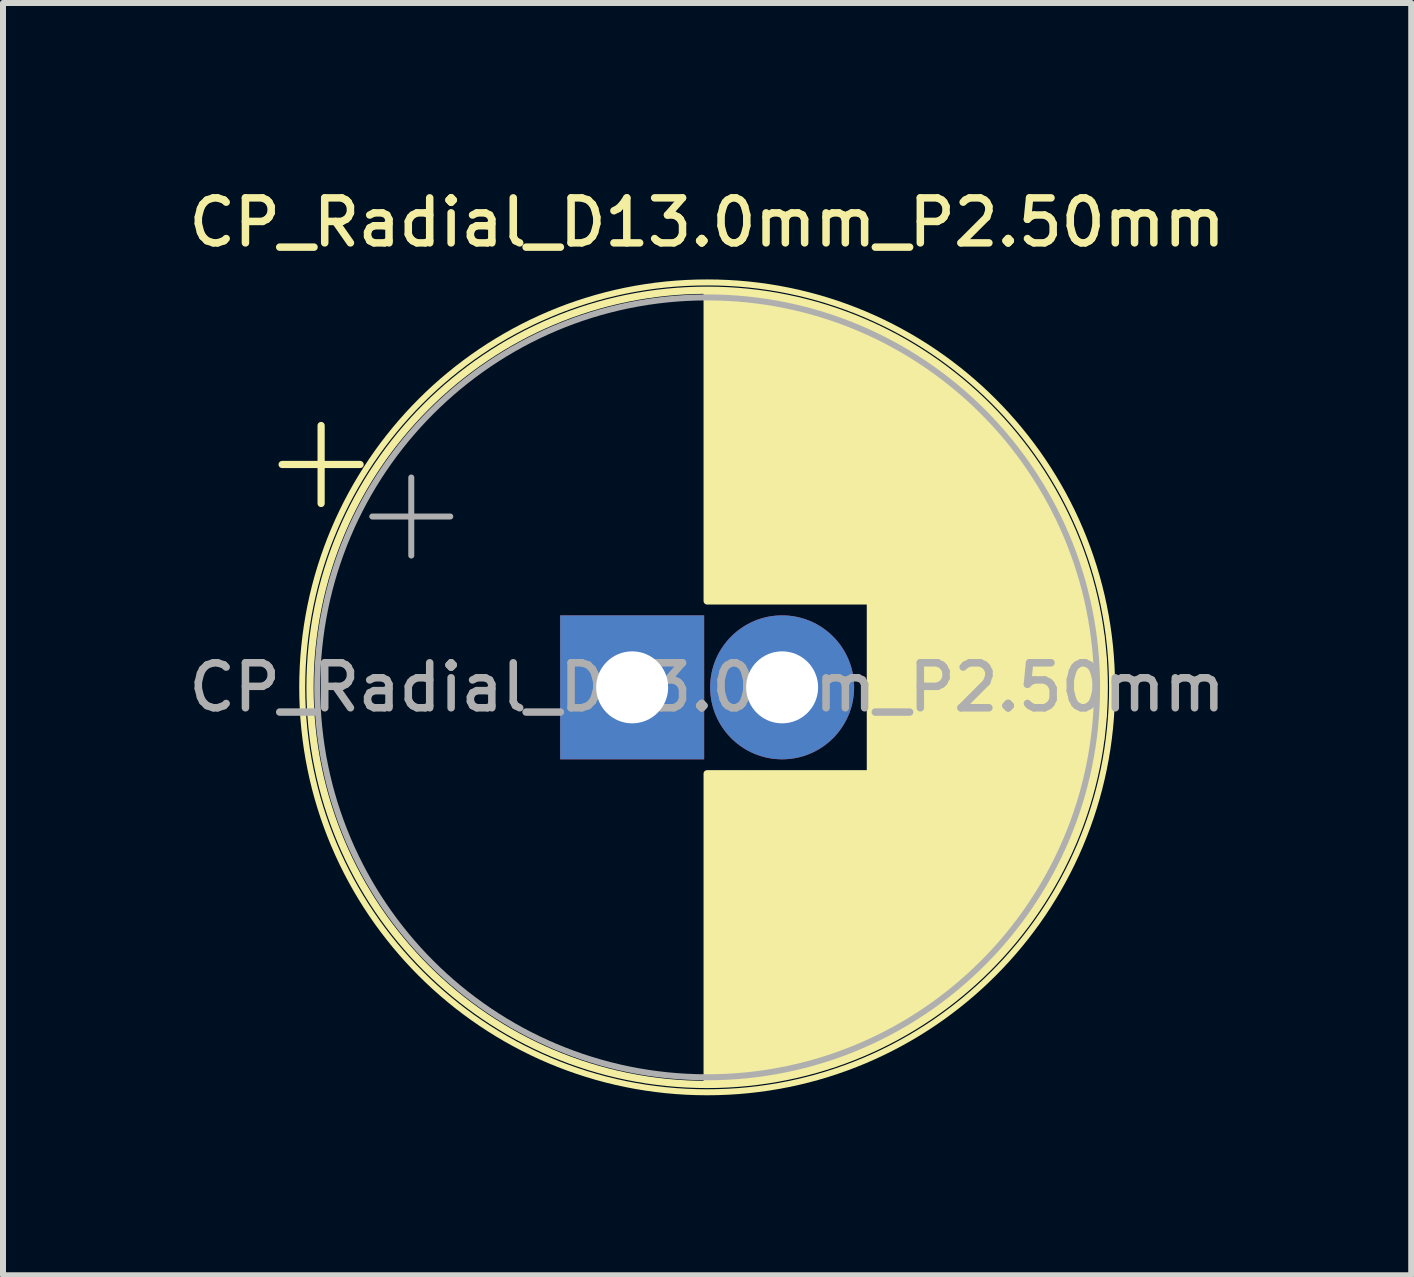
<source format=kicad_pcb>
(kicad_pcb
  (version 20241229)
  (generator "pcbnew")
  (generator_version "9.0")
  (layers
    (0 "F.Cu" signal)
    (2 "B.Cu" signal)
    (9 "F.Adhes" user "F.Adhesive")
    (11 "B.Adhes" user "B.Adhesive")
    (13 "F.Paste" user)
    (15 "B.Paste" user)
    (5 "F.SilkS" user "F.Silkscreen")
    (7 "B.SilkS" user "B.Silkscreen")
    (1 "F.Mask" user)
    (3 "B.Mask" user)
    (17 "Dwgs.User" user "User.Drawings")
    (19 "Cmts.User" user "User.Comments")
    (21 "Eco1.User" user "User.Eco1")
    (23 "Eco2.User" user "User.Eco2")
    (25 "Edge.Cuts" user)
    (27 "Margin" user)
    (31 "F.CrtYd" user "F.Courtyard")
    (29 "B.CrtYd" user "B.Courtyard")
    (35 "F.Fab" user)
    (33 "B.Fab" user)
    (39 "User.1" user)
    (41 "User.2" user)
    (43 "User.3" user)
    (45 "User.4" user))
  (footprint "CP_Radial_D13.0mm_P2.50mm"
    (layer "F.Cu")
    (at 7.488 8.408)
    (property "Reference" "CP_Radial_D13.0mm_P2.50mm" (at 1.25 -7.75 0) (layer "F.SilkS") (effects (font (size 0.75 0.75) (thickness 0.125))))
    (attr through_hole)
    (fp_line (start -5.835 -3.715) (end -4.535 -3.715) (stroke (width 0.12) (type solid)) (layer "F.SilkS"))
    (fp_line (start -5.185 -4.365) (end -5.185 -3.065) (stroke (width 0.12) (type solid)) (layer "F.SilkS"))
    (fp_line (start 1.25 -6.58) (end 1.25 -1.44) (stroke (width 0.12) (type solid)) (layer "F.SilkS"))
    (fp_line (start 1.25 1.44) (end 1.25 6.58) (stroke (width 0.12) (type solid)) (layer "F.SilkS"))
    (fp_line (start 1.29 -6.58) (end 1.29 -1.44) (stroke (width 0.12) (type solid)) (layer "F.SilkS"))
    (fp_line (start 1.29 1.44) (end 1.29 6.58) (stroke (width 0.12) (type solid)) (layer "F.SilkS"))
    (fp_line (start 1.33 -6.58) (end 1.33 -1.44) (stroke (width 0.12) (type solid)) (layer "F.SilkS"))
    (fp_line (start 1.33 1.44) (end 1.33 6.58) (stroke (width 0.12) (type solid)) (layer "F.SilkS"))
    (fp_line (start 1.37 -6.579) (end 1.37 -1.44) (stroke (width 0.12) (type solid)) (layer "F.SilkS"))
    (fp_line (start 1.37 1.44) (end 1.37 6.579) (stroke (width 0.12) (type solid)) (layer "F.SilkS"))
    (fp_line (start 1.41 -6.579) (end 1.41 -1.44) (stroke (width 0.12) (type solid)) (layer "F.SilkS"))
    (fp_line (start 1.41 1.44) (end 1.41 6.579) (stroke (width 0.12) (type solid)) (layer "F.SilkS"))
    (fp_line (start 1.45 -6.577) (end 1.45 -1.44) (stroke (width 0.12) (type solid)) (layer "F.SilkS"))
    (fp_line (start 1.45 1.44) (end 1.45 6.577) (stroke (width 0.12) (type solid)) (layer "F.SilkS"))
    (fp_line (start 1.49 -6.576) (end 1.49 -1.44) (stroke (width 0.12) (type solid)) (layer "F.SilkS"))
    (fp_line (start 1.49 1.44) (end 1.49 6.576) (stroke (width 0.12) (type solid)) (layer "F.SilkS"))
    (fp_line (start 1.53 -6.575) (end 1.53 -1.44) (stroke (width 0.12) (type solid)) (layer "F.SilkS"))
    (fp_line (start 1.53 1.44) (end 1.53 6.575) (stroke (width 0.12) (type solid)) (layer "F.SilkS"))
    (fp_line (start 1.57 -6.573) (end 1.57 -1.44) (stroke (width 0.12) (type solid)) (layer "F.SilkS"))
    (fp_line (start 1.57 1.44) (end 1.57 6.573) (stroke (width 0.12) (type solid)) (layer "F.SilkS"))
    (fp_line (start 1.61 -6.571) (end 1.61 -1.44) (stroke (width 0.12) (type solid)) (layer "F.SilkS"))
    (fp_line (start 1.61 1.44) (end 1.61 6.571) (stroke (width 0.12) (type solid)) (layer "F.SilkS"))
    (fp_line (start 1.65 -6.568) (end 1.65 -1.44) (stroke (width 0.12) (type solid)) (layer "F.SilkS"))
    (fp_line (start 1.65 1.44) (end 1.65 6.568) (stroke (width 0.12) (type solid)) (layer "F.SilkS"))
    (fp_line (start 1.69 -6.566) (end 1.69 -1.44) (stroke (width 0.12) (type solid)) (layer "F.SilkS"))
    (fp_line (start 1.69 1.44) (end 1.69 6.566) (stroke (width 0.12) (type solid)) (layer "F.SilkS"))
    (fp_line (start 1.73 -6.563) (end 1.73 -1.44) (stroke (width 0.12) (type solid)) (layer "F.SilkS"))
    (fp_line (start 1.73 1.44) (end 1.73 6.563) (stroke (width 0.12) (type solid)) (layer "F.SilkS"))
    (fp_line (start 1.77 -6.56) (end 1.77 -1.44) (stroke (width 0.12) (type solid)) (layer "F.SilkS"))
    (fp_line (start 1.77 1.44) (end 1.77 6.56) (stroke (width 0.12) (type solid)) (layer "F.SilkS"))
    (fp_line (start 1.81 -6.557) (end 1.81 -1.44) (stroke (width 0.12) (type solid)) (layer "F.SilkS"))
    (fp_line (start 1.81 1.44) (end 1.81 6.557) (stroke (width 0.12) (type solid)) (layer "F.SilkS"))
    (fp_line (start 1.85 -6.553) (end 1.85 -1.44) (stroke (width 0.12) (type solid)) (layer "F.SilkS"))
    (fp_line (start 1.85 1.44) (end 1.85 6.553) (stroke (width 0.12) (type solid)) (layer "F.SilkS"))
    (fp_line (start 1.89 -6.549) (end 1.89 -1.44) (stroke (width 0.12) (type solid)) (layer "F.SilkS"))
    (fp_line (start 1.89 1.44) (end 1.89 6.549) (stroke (width 0.12) (type solid)) (layer "F.SilkS"))
    (fp_line (start 1.93 -6.545) (end 1.93 -1.44) (stroke (width 0.12) (type solid)) (layer "F.SilkS"))
    (fp_line (start 1.93 1.44) (end 1.93 6.545) (stroke (width 0.12) (type solid)) (layer "F.SilkS"))
    (fp_line (start 1.971 -6.541) (end 1.971 -1.44) (stroke (width 0.12) (type solid)) (layer "F.SilkS"))
    (fp_line (start 1.971 1.44) (end 1.971 6.541) (stroke (width 0.12) (type solid)) (layer "F.SilkS"))
    (fp_line (start 2.011 -6.537) (end 2.011 -1.44) (stroke (width 0.12) (type solid)) (layer "F.SilkS"))
    (fp_line (start 2.011 1.44) (end 2.011 6.537) (stroke (width 0.12) (type solid)) (layer "F.SilkS"))
    (fp_line (start 2.051 -6.532) (end 2.051 -1.44) (stroke (width 0.12) (type solid)) (layer "F.SilkS"))
    (fp_line (start 2.051 1.44) (end 2.051 6.532) (stroke (width 0.12) (type solid)) (layer "F.SilkS"))
    (fp_line (start 2.091 -6.527) (end 2.091 -1.44) (stroke (width 0.12) (type solid)) (layer "F.SilkS"))
    (fp_line (start 2.091 1.44) (end 2.091 6.527) (stroke (width 0.12) (type solid)) (layer "F.SilkS"))
    (fp_line (start 2.131 -6.522) (end 2.131 -1.44) (stroke (width 0.12) (type solid)) (layer "F.SilkS"))
    (fp_line (start 2.131 1.44) (end 2.131 6.522) (stroke (width 0.12) (type solid)) (layer "F.SilkS"))
    (fp_line (start 2.171 -6.516) (end 2.171 -1.44) (stroke (width 0.12) (type solid)) (layer "F.SilkS"))
    (fp_line (start 2.171 1.44) (end 2.171 6.516) (stroke (width 0.12) (type solid)) (layer "F.SilkS"))
    (fp_line (start 2.211 -6.511) (end 2.211 -1.44) (stroke (width 0.12) (type solid)) (layer "F.SilkS"))
    (fp_line (start 2.211 1.44) (end 2.211 6.511) (stroke (width 0.12) (type solid)) (layer "F.SilkS"))
    (fp_line (start 2.251 -6.505) (end 2.251 -1.44) (stroke (width 0.12) (type solid)) (layer "F.SilkS"))
    (fp_line (start 2.251 1.44) (end 2.251 6.505) (stroke (width 0.12) (type solid)) (layer "F.SilkS"))
    (fp_line (start 2.291 -6.498) (end 2.291 -1.44) (stroke (width 0.12) (type solid)) (layer "F.SilkS"))
    (fp_line (start 2.291 1.44) (end 2.291 6.498) (stroke (width 0.12) (type solid)) (layer "F.SilkS"))
    (fp_line (start 2.331 -6.492) (end 2.331 -1.44) (stroke (width 0.12) (type solid)) (layer "F.SilkS"))
    (fp_line (start 2.331 1.44) (end 2.331 6.492) (stroke (width 0.12) (type solid)) (layer "F.SilkS"))
    (fp_line (start 2.371 -6.485) (end 2.371 -1.44) (stroke (width 0.12) (type solid)) (layer "F.SilkS"))
    (fp_line (start 2.371 1.44) (end 2.371 6.485) (stroke (width 0.12) (type solid)) (layer "F.SilkS"))
    (fp_line (start 2.411 -6.478) (end 2.411 -1.44) (stroke (width 0.12) (type solid)) (layer "F.SilkS"))
    (fp_line (start 2.411 1.44) (end 2.411 6.478) (stroke (width 0.12) (type solid)) (layer "F.SilkS"))
    (fp_line (start 2.451 -6.471) (end 2.451 -1.44) (stroke (width 0.12) (type solid)) (layer "F.SilkS"))
    (fp_line (start 2.451 1.44) (end 2.451 6.471) (stroke (width 0.12) (type solid)) (layer "F.SilkS"))
    (fp_line (start 2.491 -6.463) (end 2.491 -1.44) (stroke (width 0.12) (type solid)) (layer "F.SilkS"))
    (fp_line (start 2.491 1.44) (end 2.491 6.463) (stroke (width 0.12) (type solid)) (layer "F.SilkS"))
    (fp_line (start 2.531 -6.456) (end 2.531 -1.44) (stroke (width 0.12) (type solid)) (layer "F.SilkS"))
    (fp_line (start 2.531 1.44) (end 2.531 6.456) (stroke (width 0.12) (type solid)) (layer "F.SilkS"))
    (fp_line (start 2.571 -6.448) (end 2.571 -1.44) (stroke (width 0.12) (type solid)) (layer "F.SilkS"))
    (fp_line (start 2.571 1.44) (end 2.571 6.448) (stroke (width 0.12) (type solid)) (layer "F.SilkS"))
    (fp_line (start 2.611 -6.439) (end 2.611 -1.44) (stroke (width 0.12) (type solid)) (layer "F.SilkS"))
    (fp_line (start 2.611 1.44) (end 2.611 6.439) (stroke (width 0.12) (type solid)) (layer "F.SilkS"))
    (fp_line (start 2.651 -6.431) (end 2.651 -1.44) (stroke (width 0.12) (type solid)) (layer "F.SilkS"))
    (fp_line (start 2.651 1.44) (end 2.651 6.431) (stroke (width 0.12) (type solid)) (layer "F.SilkS"))
    (fp_line (start 2.691 -6.422) (end 2.691 -1.44) (stroke (width 0.12) (type solid)) (layer "F.SilkS"))
    (fp_line (start 2.691 1.44) (end 2.691 6.422) (stroke (width 0.12) (type solid)) (layer "F.SilkS"))
    (fp_line (start 2.731 -6.413) (end 2.731 -1.44) (stroke (width 0.12) (type solid)) (layer "F.SilkS"))
    (fp_line (start 2.731 1.44) (end 2.731 6.413) (stroke (width 0.12) (type solid)) (layer "F.SilkS"))
    (fp_line (start 2.771 -6.404) (end 2.771 -1.44) (stroke (width 0.12) (type solid)) (layer "F.SilkS"))
    (fp_line (start 2.771 1.44) (end 2.771 6.404) (stroke (width 0.12) (type solid)) (layer "F.SilkS"))
    (fp_line (start 2.811 -6.394) (end 2.811 -1.44) (stroke (width 0.12) (type solid)) (layer "F.SilkS"))
    (fp_line (start 2.811 1.44) (end 2.811 6.394) (stroke (width 0.12) (type solid)) (layer "F.SilkS"))
    (fp_line (start 2.851 -6.384) (end 2.851 -1.44) (stroke (width 0.12) (type solid)) (layer "F.SilkS"))
    (fp_line (start 2.851 1.44) (end 2.851 6.384) (stroke (width 0.12) (type solid)) (layer "F.SilkS"))
    (fp_line (start 2.891 -6.374) (end 2.891 -1.44) (stroke (width 0.12) (type solid)) (layer "F.SilkS"))
    (fp_line (start 2.891 1.44) (end 2.891 6.374) (stroke (width 0.12) (type solid)) (layer "F.SilkS"))
    (fp_line (start 2.931 -6.364) (end 2.931 -1.44) (stroke (width 0.12) (type solid)) (layer "F.SilkS"))
    (fp_line (start 2.931 1.44) (end 2.931 6.364) (stroke (width 0.12) (type solid)) (layer "F.SilkS"))
    (fp_line (start 2.971 -6.353) (end 2.971 -1.44) (stroke (width 0.12) (type solid)) (layer "F.SilkS"))
    (fp_line (start 2.971 1.44) (end 2.971 6.353) (stroke (width 0.12) (type solid)) (layer "F.SilkS"))
    (fp_line (start 3.011 -6.342) (end 3.011 -1.44) (stroke (width 0.12) (type solid)) (layer "F.SilkS"))
    (fp_line (start 3.011 1.44) (end 3.011 6.342) (stroke (width 0.12) (type solid)) (layer "F.SilkS"))
    (fp_line (start 3.051 -6.331) (end 3.051 -1.44) (stroke (width 0.12) (type solid)) (layer "F.SilkS"))
    (fp_line (start 3.051 1.44) (end 3.051 6.331) (stroke (width 0.12) (type solid)) (layer "F.SilkS"))
    (fp_line (start 3.091 -6.32) (end 3.091 -1.44) (stroke (width 0.12) (type solid)) (layer "F.SilkS"))
    (fp_line (start 3.091 1.44) (end 3.091 6.32) (stroke (width 0.12) (type solid)) (layer "F.SilkS"))
    (fp_line (start 3.131 -6.308) (end 3.131 -1.44) (stroke (width 0.12) (type solid)) (layer "F.SilkS"))
    (fp_line (start 3.131 1.44) (end 3.131 6.308) (stroke (width 0.12) (type solid)) (layer "F.SilkS"))
    (fp_line (start 3.171 -6.296) (end 3.171 -1.44) (stroke (width 0.12) (type solid)) (layer "F.SilkS"))
    (fp_line (start 3.171 1.44) (end 3.171 6.296) (stroke (width 0.12) (type solid)) (layer "F.SilkS"))
    (fp_line (start 3.211 -6.284) (end 3.211 -1.44) (stroke (width 0.12) (type solid)) (layer "F.SilkS"))
    (fp_line (start 3.211 1.44) (end 3.211 6.284) (stroke (width 0.12) (type solid)) (layer "F.SilkS"))
    (fp_line (start 3.251 -6.271) (end 3.251 -1.44) (stroke (width 0.12) (type solid)) (layer "F.SilkS"))
    (fp_line (start 3.251 1.44) (end 3.251 6.271) (stroke (width 0.12) (type solid)) (layer "F.SilkS"))
    (fp_line (start 3.291 -6.258) (end 3.291 -1.44) (stroke (width 0.12) (type solid)) (layer "F.SilkS"))
    (fp_line (start 3.291 1.44) (end 3.291 6.258) (stroke (width 0.12) (type solid)) (layer "F.SilkS"))
    (fp_line (start 3.331 -6.245) (end 3.331 -1.44) (stroke (width 0.12) (type solid)) (layer "F.SilkS"))
    (fp_line (start 3.331 1.44) (end 3.331 6.245) (stroke (width 0.12) (type solid)) (layer "F.SilkS"))
    (fp_line (start 3.371 -6.232) (end 3.371 -1.44) (stroke (width 0.12) (type solid)) (layer "F.SilkS"))
    (fp_line (start 3.371 1.44) (end 3.371 6.232) (stroke (width 0.12) (type solid)) (layer "F.SilkS"))
    (fp_line (start 3.411 -6.218) (end 3.411 -1.44) (stroke (width 0.12) (type solid)) (layer "F.SilkS"))
    (fp_line (start 3.411 1.44) (end 3.411 6.218) (stroke (width 0.12) (type solid)) (layer "F.SilkS"))
    (fp_line (start 3.451 -6.204) (end 3.451 -1.44) (stroke (width 0.12) (type solid)) (layer "F.SilkS"))
    (fp_line (start 3.451 1.44) (end 3.451 6.204) (stroke (width 0.12) (type solid)) (layer "F.SilkS"))
    (fp_line (start 3.491 -6.19) (end 3.491 -1.44) (stroke (width 0.12) (type solid)) (layer "F.SilkS"))
    (fp_line (start 3.491 1.44) (end 3.491 6.19) (stroke (width 0.12) (type solid)) (layer "F.SilkS"))
    (fp_line (start 3.531 -6.175) (end 3.531 -1.44) (stroke (width 0.12) (type solid)) (layer "F.SilkS"))
    (fp_line (start 3.531 1.44) (end 3.531 6.175) (stroke (width 0.12) (type solid)) (layer "F.SilkS"))
    (fp_line (start 3.571 -6.161) (end 3.571 -1.44) (stroke (width 0.12) (type solid)) (layer "F.SilkS"))
    (fp_line (start 3.571 1.44) (end 3.571 6.161) (stroke (width 0.12) (type solid)) (layer "F.SilkS"))
    (fp_line (start 3.611 -6.146) (end 3.611 -1.44) (stroke (width 0.12) (type solid)) (layer "F.SilkS"))
    (fp_line (start 3.611 1.44) (end 3.611 6.146) (stroke (width 0.12) (type solid)) (layer "F.SilkS"))
    (fp_line (start 3.651 -6.13) (end 3.651 -1.44) (stroke (width 0.12) (type solid)) (layer "F.SilkS"))
    (fp_line (start 3.651 1.44) (end 3.651 6.13) (stroke (width 0.12) (type solid)) (layer "F.SilkS"))
    (fp_line (start 3.691 -6.114) (end 3.691 -1.44) (stroke (width 0.12) (type solid)) (layer "F.SilkS"))
    (fp_line (start 3.691 1.44) (end 3.691 6.114) (stroke (width 0.12) (type solid)) (layer "F.SilkS"))
    (fp_line (start 3.731 -6.098) (end 3.731 -1.44) (stroke (width 0.12) (type solid)) (layer "F.SilkS"))
    (fp_line (start 3.731 1.44) (end 3.731 6.098) (stroke (width 0.12) (type solid)) (layer "F.SilkS"))
    (fp_line (start 3.771 -6.082) (end 3.771 -1.44) (stroke (width 0.12) (type solid)) (layer "F.SilkS"))
    (fp_line (start 3.771 1.44) (end 3.771 6.082) (stroke (width 0.12) (type solid)) (layer "F.SilkS"))
    (fp_line (start 3.811 -6.065) (end 3.811 -1.44) (stroke (width 0.12) (type solid)) (layer "F.SilkS"))
    (fp_line (start 3.811 1.44) (end 3.811 6.065) (stroke (width 0.12) (type solid)) (layer "F.SilkS"))
    (fp_line (start 3.851 -6.049) (end 3.851 -1.44) (stroke (width 0.12) (type solid)) (layer "F.SilkS"))
    (fp_line (start 3.851 1.44) (end 3.851 6.049) (stroke (width 0.12) (type solid)) (layer "F.SilkS"))
    (fp_line (start 3.891 -6.031) (end 3.891 -1.44) (stroke (width 0.12) (type solid)) (layer "F.SilkS"))
    (fp_line (start 3.891 1.44) (end 3.891 6.031) (stroke (width 0.12) (type solid)) (layer "F.SilkS"))
    (fp_line (start 3.931 -6.014) (end 3.931 -1.44) (stroke (width 0.12) (type solid)) (layer "F.SilkS"))
    (fp_line (start 3.931 1.44) (end 3.931 6.014) (stroke (width 0.12) (type solid)) (layer "F.SilkS"))
    (fp_line (start 3.971 -5.996) (end 3.971 5.996) (stroke (width 0.12) (type solid)) (layer "F.SilkS"))
    (fp_line (start 4.011 -5.978) (end 4.011 5.978) (stroke (width 0.12) (type solid)) (layer "F.SilkS"))
    (fp_line (start 4.051 -5.959) (end 4.051 5.959) (stroke (width 0.12) (type solid)) (layer "F.SilkS"))
    (fp_line (start 4.091 -5.94) (end 4.091 5.94) (stroke (width 0.12) (type solid)) (layer "F.SilkS"))
    (fp_line (start 4.131 -5.921) (end 4.131 5.921) (stroke (width 0.12) (type solid)) (layer "F.SilkS"))
    (fp_line (start 4.171 -5.902) (end 4.171 5.902) (stroke (width 0.12) (type solid)) (layer "F.SilkS"))
    (fp_line (start 4.211 -5.882) (end 4.211 5.882) (stroke (width 0.12) (type solid)) (layer "F.SilkS"))
    (fp_line (start 4.251 -5.862) (end 4.251 5.862) (stroke (width 0.12) (type solid)) (layer "F.SilkS"))
    (fp_line (start 4.291 -5.841) (end 4.291 5.841) (stroke (width 0.12) (type solid)) (layer "F.SilkS"))
    (fp_line (start 4.331 -5.82) (end 4.331 5.82) (stroke (width 0.12) (type solid)) (layer "F.SilkS"))
    (fp_line (start 4.371 -5.799) (end 4.371 5.799) (stroke (width 0.12) (type solid)) (layer "F.SilkS"))
    (fp_line (start 4.411 -5.778) (end 4.411 5.778) (stroke (width 0.12) (type solid)) (layer "F.SilkS"))
    (fp_line (start 4.451 -5.756) (end 4.451 5.756) (stroke (width 0.12) (type solid)) (layer "F.SilkS"))
    (fp_line (start 4.491 -5.733) (end 4.491 5.733) (stroke (width 0.12) (type solid)) (layer "F.SilkS"))
    (fp_line (start 4.531 -5.711) (end 4.531 5.711) (stroke (width 0.12) (type solid)) (layer "F.SilkS"))
    (fp_line (start 4.571 -5.688) (end 4.571 5.688) (stroke (width 0.12) (type solid)) (layer "F.SilkS"))
    (fp_line (start 4.611 -5.664) (end 4.611 5.664) (stroke (width 0.12) (type solid)) (layer "F.SilkS"))
    (fp_line (start 4.651 -5.641) (end 4.651 5.641) (stroke (width 0.12) (type solid)) (layer "F.SilkS"))
    (fp_line (start 4.691 -5.617) (end 4.691 5.617) (stroke (width 0.12) (type solid)) (layer "F.SilkS"))
    (fp_line (start 4.731 -5.592) (end 4.731 5.592) (stroke (width 0.12) (type solid)) (layer "F.SilkS"))
    (fp_line (start 4.771 -5.567) (end 4.771 5.567) (stroke (width 0.12) (type solid)) (layer "F.SilkS"))
    (fp_line (start 4.811 -5.542) (end 4.811 5.542) (stroke (width 0.12) (type solid)) (layer "F.SilkS"))
    (fp_line (start 4.851 -5.516) (end 4.851 5.516) (stroke (width 0.12) (type solid)) (layer "F.SilkS"))
    (fp_line (start 4.891 -5.49) (end 4.891 5.49) (stroke (width 0.12) (type solid)) (layer "F.SilkS"))
    (fp_line (start 4.931 -5.463) (end 4.931 5.463) (stroke (width 0.12) (type solid)) (layer "F.SilkS"))
    (fp_line (start 4.971 -5.436) (end 4.971 5.436) (stroke (width 0.12) (type solid)) (layer "F.SilkS"))
    (fp_line (start 5.011 -5.409) (end 5.011 5.409) (stroke (width 0.12) (type solid)) (layer "F.SilkS"))
    (fp_line (start 5.051 -5.381) (end 5.051 5.381) (stroke (width 0.12) (type solid)) (layer "F.SilkS"))
    (fp_line (start 5.091 -5.353) (end 5.091 5.353) (stroke (width 0.12) (type solid)) (layer "F.SilkS"))
    (fp_line (start 5.131 -5.324) (end 5.131 5.324) (stroke (width 0.12) (type solid)) (layer "F.SilkS"))
    (fp_line (start 5.171 -5.295) (end 5.171 5.295) (stroke (width 0.12) (type solid)) (layer "F.SilkS"))
    (fp_line (start 5.211 -5.265) (end 5.211 5.265) (stroke (width 0.12) (type solid)) (layer "F.SilkS"))
    (fp_line (start 5.251 -5.235) (end 5.251 5.235) (stroke (width 0.12) (type solid)) (layer "F.SilkS"))
    (fp_line (start 5.291 -5.205) (end 5.291 5.205) (stroke (width 0.12) (type solid)) (layer "F.SilkS"))
    (fp_line (start 5.331 -5.174) (end 5.331 5.174) (stroke (width 0.12) (type solid)) (layer "F.SilkS"))
    (fp_line (start 5.371 -5.142) (end 5.371 5.142) (stroke (width 0.12) (type solid)) (layer "F.SilkS"))
    (fp_line (start 5.411 -5.11) (end 5.411 5.11) (stroke (width 0.12) (type solid)) (layer "F.SilkS"))
    (fp_line (start 5.451 -5.078) (end 5.451 5.078) (stroke (width 0.12) (type solid)) (layer "F.SilkS"))
    (fp_line (start 5.491 -5.044) (end 5.491 5.044) (stroke (width 0.12) (type solid)) (layer "F.SilkS"))
    (fp_line (start 5.531 -5.011) (end 5.531 5.011) (stroke (width 0.12) (type solid)) (layer "F.SilkS"))
    (fp_line (start 5.571 -4.977) (end 5.571 4.977) (stroke (width 0.12) (type solid)) (layer "F.SilkS"))
    (fp_line (start 5.611 -4.942) (end 5.611 4.942) (stroke (width 0.12) (type solid)) (layer "F.SilkS"))
    (fp_line (start 5.651 -4.907) (end 5.651 4.907) (stroke (width 0.12) (type solid)) (layer "F.SilkS"))
    (fp_line (start 5.691 -4.871) (end 5.691 4.871) (stroke (width 0.12) (type solid)) (layer "F.SilkS"))
    (fp_line (start 5.731 -4.834) (end 5.731 4.834) (stroke (width 0.12) (type solid)) (layer "F.SilkS"))
    (fp_line (start 5.771 -4.797) (end 5.771 4.797) (stroke (width 0.12) (type solid)) (layer "F.SilkS"))
    (fp_line (start 5.811 -4.76) (end 5.811 4.76) (stroke (width 0.12) (type solid)) (layer "F.SilkS"))
    (fp_line (start 5.851 -4.721) (end 5.851 4.721) (stroke (width 0.12) (type solid)) (layer "F.SilkS"))
    (fp_line (start 5.891 -4.682) (end 5.891 4.682) (stroke (width 0.12) (type solid)) (layer "F.SilkS"))
    (fp_line (start 5.931 -4.643) (end 5.931 4.643) (stroke (width 0.12) (type solid)) (layer "F.SilkS"))
    (fp_line (start 5.971 -4.602) (end 5.971 4.602) (stroke (width 0.12) (type solid)) (layer "F.SilkS"))
    (fp_line (start 6.011 -4.561) (end 6.011 4.561) (stroke (width 0.12) (type solid)) (layer "F.SilkS"))
    (fp_line (start 6.051 -4.519) (end 6.051 4.519) (stroke (width 0.12) (type solid)) (layer "F.SilkS"))
    (fp_line (start 6.091 -4.477) (end 6.091 4.477) (stroke (width 0.12) (type solid)) (layer "F.SilkS"))
    (fp_line (start 6.131 -4.434) (end 6.131 4.434) (stroke (width 0.12) (type solid)) (layer "F.SilkS"))
    (fp_line (start 6.171 -4.39) (end 6.171 4.39) (stroke (width 0.12) (type solid)) (layer "F.SilkS"))
    (fp_line (start 6.211 -4.345) (end 6.211 4.345) (stroke (width 0.12) (type solid)) (layer "F.SilkS"))
    (fp_line (start 6.251 -4.299) (end 6.251 4.299) (stroke (width 0.12) (type solid)) (layer "F.SilkS"))
    (fp_line (start 6.291 -4.253) (end 6.291 4.253) (stroke (width 0.12) (type solid)) (layer "F.SilkS"))
    (fp_line (start 6.331 -4.205) (end 6.331 4.205) (stroke (width 0.12) (type solid)) (layer "F.SilkS"))
    (fp_line (start 6.371 -4.157) (end 6.371 4.157) (stroke (width 0.12) (type solid)) (layer "F.SilkS"))
    (fp_line (start 6.411 -4.108) (end 6.411 4.108) (stroke (width 0.12) (type solid)) (layer "F.SilkS"))
    (fp_line (start 6.451 -4.057) (end 6.451 4.057) (stroke (width 0.12) (type solid)) (layer "F.SilkS"))
    (fp_line (start 6.491 -4.006) (end 6.491 4.006) (stroke (width 0.12) (type solid)) (layer "F.SilkS"))
    (fp_line (start 6.531 -3.954) (end 6.531 3.954) (stroke (width 0.12) (type solid)) (layer "F.SilkS"))
    (fp_line (start 6.571 -3.9) (end 6.571 3.9) (stroke (width 0.12) (type solid)) (layer "F.SilkS"))
    (fp_line (start 6.611 -3.846) (end 6.611 3.846) (stroke (width 0.12) (type solid)) (layer "F.SilkS"))
    (fp_line (start 6.651 -3.79) (end 6.651 3.79) (stroke (width 0.12) (type solid)) (layer "F.SilkS"))
    (fp_line (start 6.691 -3.733) (end 6.691 3.733) (stroke (width 0.12) (type solid)) (layer "F.SilkS"))
    (fp_line (start 6.731 -3.675) (end 6.731 3.675) (stroke (width 0.12) (type solid)) (layer "F.SilkS"))
    (fp_line (start 6.771 -3.615) (end 6.771 3.615) (stroke (width 0.12) (type solid)) (layer "F.SilkS"))
    (fp_line (start 6.811 -3.554) (end 6.811 3.554) (stroke (width 0.12) (type solid)) (layer "F.SilkS"))
    (fp_line (start 6.851 -3.491) (end 6.851 3.491) (stroke (width 0.12) (type solid)) (layer "F.SilkS"))
    (fp_line (start 6.891 -3.427) (end 6.891 3.427) (stroke (width 0.12) (type solid)) (layer "F.SilkS"))
    (fp_line (start 6.931 -3.361) (end 6.931 3.361) (stroke (width 0.12) (type solid)) (layer "F.SilkS"))
    (fp_line (start 6.971 -3.293) (end 6.971 3.293) (stroke (width 0.12) (type solid)) (layer "F.SilkS"))
    (fp_line (start 7.011 -3.223) (end 7.011 3.223) (stroke (width 0.12) (type solid)) (layer "F.SilkS"))
    (fp_line (start 7.051 -3.152) (end 7.051 3.152) (stroke (width 0.12) (type solid)) (layer "F.SilkS"))
    (fp_line (start 7.091 -3.078) (end 7.091 3.078) (stroke (width 0.12) (type solid)) (layer "F.SilkS"))
    (fp_line (start 7.131 -3.002) (end 7.131 3.002) (stroke (width 0.12) (type solid)) (layer "F.SilkS"))
    (fp_line (start 7.171 -2.923) (end 7.171 2.923) (stroke (width 0.12) (type solid)) (layer "F.SilkS"))
    (fp_line (start 7.211 -2.842) (end 7.211 2.842) (stroke (width 0.12) (type solid)) (layer "F.SilkS"))
    (fp_line (start 7.251 -2.758) (end 7.251 2.758) (stroke (width 0.12) (type solid)) (layer "F.SilkS"))
    (fp_line (start 7.291 -2.67) (end 7.291 2.67) (stroke (width 0.12) (type solid)) (layer "F.SilkS"))
    (fp_line (start 7.331 -2.579) (end 7.331 2.579) (stroke (width 0.12) (type solid)) (layer "F.SilkS"))
    (fp_line (start 7.371 -2.484) (end 7.371 2.484) (stroke (width 0.12) (type solid)) (layer "F.SilkS"))
    (fp_line (start 7.411 -2.385) (end 7.411 2.385) (stroke (width 0.12) (type solid)) (layer "F.SilkS"))
    (fp_line (start 7.451 -2.281) (end 7.451 2.281) (stroke (width 0.12) (type solid)) (layer "F.SilkS"))
    (fp_line (start 7.491 -2.171) (end 7.491 2.171) (stroke (width 0.12) (type solid)) (layer "F.SilkS"))
    (fp_line (start 7.531 -2.055) (end 7.531 2.055) (stroke (width 0.12) (type solid)) (layer "F.SilkS"))
    (fp_line (start 7.571 -1.931) (end 7.571 1.931) (stroke (width 0.12) (type solid)) (layer "F.SilkS"))
    (fp_line (start 7.611 -1.798) (end 7.611 1.798) (stroke (width 0.12) (type solid)) (layer "F.SilkS"))
    (fp_line (start 7.651 -1.653) (end 7.651 1.653) (stroke (width 0.12) (type solid)) (layer "F.SilkS"))
    (fp_line (start 7.691 -1.494) (end 7.691 1.494) (stroke (width 0.12) (type solid)) (layer "F.SilkS"))
    (fp_line (start 7.731 -1.315) (end 7.731 1.315) (stroke (width 0.12) (type solid)) (layer "F.SilkS"))
    (fp_line (start 7.771 -1.107) (end 7.771 1.107) (stroke (width 0.12) (type solid)) (layer "F.SilkS"))
    (fp_line (start 7.811 -0.85) (end 7.811 0.85) (stroke (width 0.12) (type solid)) (layer "F.SilkS"))
    (fp_line (start 7.851 -0.475) (end 7.851 0.475) (stroke (width 0.12) (type solid)) (layer "F.SilkS"))
    (fp_circle (center 1.25 0) (end 7.87 0) (stroke (width 0.12) (type solid)) (fill no) (layer "F.SilkS"))
    (fp_circle (center 1.25 0) (end 8 0) (stroke (width 0.1) (type solid)) (fill no) (layer "F.SilkS"))
    (fp_line (start -4.332 -2.848) (end -3.032 -2.848) (stroke (width 0.1) (type solid)) (layer "F.Fab"))
    (fp_line (start -3.682 -3.498) (end -3.682 -2.197) (stroke (width 0.1) (type solid)) (layer "F.Fab"))
    (fp_circle (center 1.25 0) (end 7.75 0) (stroke (width 0.1) (type solid)) (fill no) (layer "F.Fab"))
    (fp_text user "${REFERENCE}" (at 1.25 0 0) (layer "F.Fab") (effects (font (size 0.75 0.75) (thickness 0.125))))
    (pad "1" thru_hole rect (at 0 0) (size 2.4 2.4) (drill 1.2) (layers "*.Cu" "*.Mask"))
    (pad "2" thru_hole circle (at 2.5 0) (size 2.4 2.4) (drill 1.2) (layers "*.Cu" "*.Mask")))
  (gr_rect
    (start -3 -3)
    (end 20.475 18.208)
    (stroke (width 0.1) (type default))
    (fill no)
    (layer "Edge.Cuts")))
</source>
